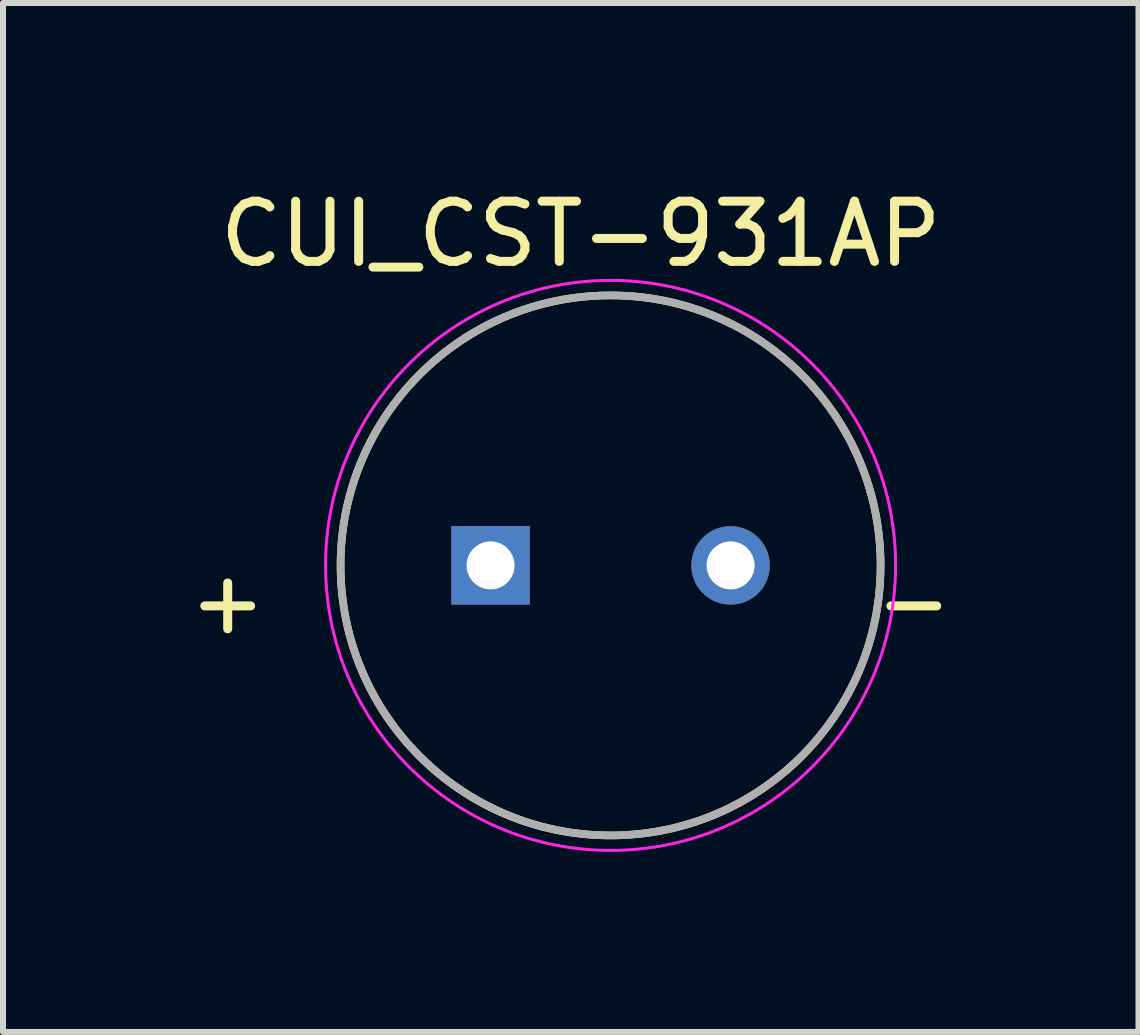
<source format=kicad_pcb>
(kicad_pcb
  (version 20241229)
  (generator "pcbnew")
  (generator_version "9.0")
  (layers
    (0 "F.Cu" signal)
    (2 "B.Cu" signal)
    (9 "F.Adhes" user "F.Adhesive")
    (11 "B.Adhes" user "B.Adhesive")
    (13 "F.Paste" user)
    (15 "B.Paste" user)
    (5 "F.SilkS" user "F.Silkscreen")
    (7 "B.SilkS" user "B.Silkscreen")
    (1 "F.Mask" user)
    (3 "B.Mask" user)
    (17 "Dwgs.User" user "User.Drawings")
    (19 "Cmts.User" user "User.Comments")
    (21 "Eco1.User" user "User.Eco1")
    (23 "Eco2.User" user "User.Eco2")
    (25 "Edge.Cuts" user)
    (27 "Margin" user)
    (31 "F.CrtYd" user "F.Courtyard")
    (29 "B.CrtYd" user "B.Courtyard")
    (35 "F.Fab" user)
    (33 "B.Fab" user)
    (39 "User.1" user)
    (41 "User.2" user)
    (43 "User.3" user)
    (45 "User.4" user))
  (footprint "CUI_CST-931AP"
    (layer "F.Cu")
    (at 7.126 6.373)
    (property "Reference" "CUI_CST-931AP" (at -0.497 -5.523 0) (layer "F.SilkS") (effects (font (size 1.003 1.003) (thickness 0.15))))
    (attr through_hole)
    (fp_circle (center 0 0) (end 4.5 0) (stroke (width 0.127) (type solid)) (fill no) (layer "F.SilkS"))
    (fp_circle (center 0 0) (end 4.75 0) (stroke (width 0.05) (type solid)) (fill no) (layer "F.CrtYd"))
    (fp_circle (center 0 0) (end 4.5 0) (stroke (width 0.127) (type solid)) (fill no) (layer "F.Fab"))
    (fp_text user "-" (at 5.053 0.601 0) (layer "F.SilkS") (effects (font (size 1.002 1.002) (thickness 0.15))))
    (fp_text user "+" (at -6.381 0.601 0) (layer "F.SilkS") (effects (font (size 1.002 1.002) (thickness 0.15))))
    (pad "M" thru_hole circle (at 2 0) (size 1.308 1.308) (drill 0.8) (layers "*.Cu" "*.Mask"))
    (pad "P" thru_hole rect (at -2 0) (size 1.308 1.308) (drill 0.8) (layers "*.Cu" "*.Mask")))
  (gr_rect
    (start -3 -3)
    (end 15.924 14.148)
    (stroke (width 0.1) (type default))
    (fill no)
    (layer "Edge.Cuts")))
</source>
